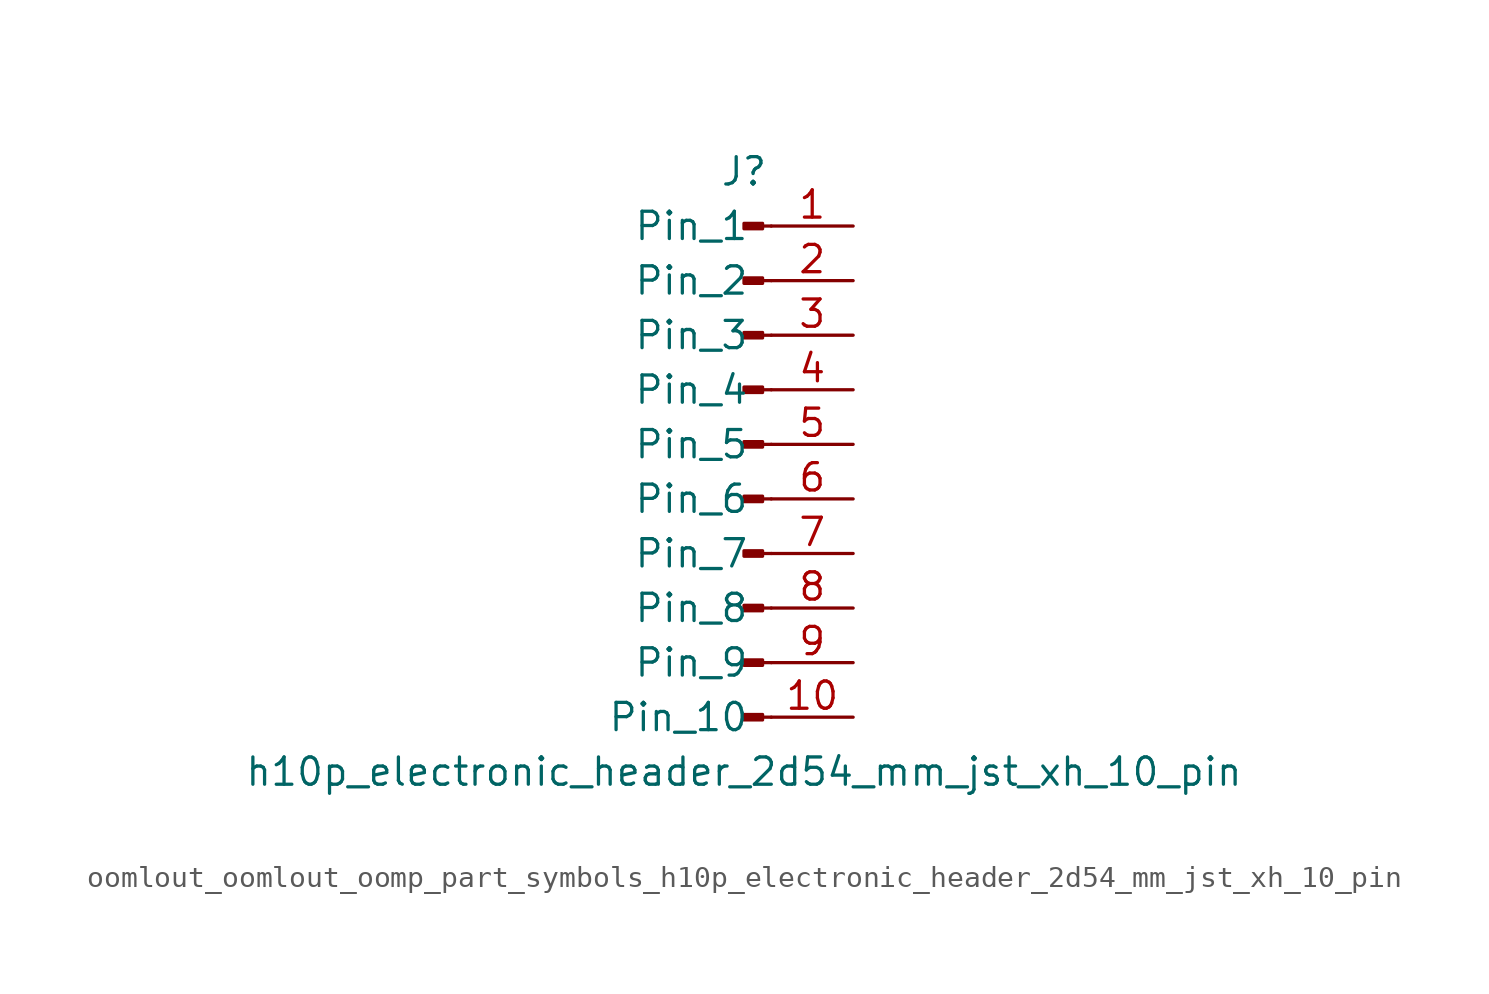
<source format=kicad_sym>
(kicad_symbol_lib
  (version 20220914)
  (generator kicad_symbol_editor)
  (symbol "oomlout_oomlout_oomp_part_symbols_h10p_electronic_header_2d54_mm_jst_xh_10_pin"
    (pin_names
      (offset 1.016))
    (property "Reference" "J"
      (at 0 12.7 0)
      (effects (font (size 1.27 1.27))))
    (property "Value" "h10p_electronic_header_2d54_mm_jst_xh_10_pin"
      (at 0 -15.24 0)
      (effects (font (size 1.27 1.27))))
    (property "ki_locked" ""
      (at 0 0 0)
      (effects (font (size 1.27 1.27))))
    (symbol "oomlout_oomlout_oomp_part_symbols_h10p_electronic_header_2d54_mm_jst_xh_10_pin_1_1"
      (polyline (pts (xy 1.27 -12.7) (xy 0.864 -12.7)) (stroke (width 0.152) (type default)) (fill (type none)))
      (polyline (pts (xy 1.27 -10.16) (xy 0.864 -10.16)) (stroke (width 0.152) (type default)) (fill (type none)))
      (polyline (pts (xy 1.27 -7.62) (xy 0.864 -7.62)) (stroke (width 0.152) (type default)) (fill (type none)))
      (polyline (pts (xy 1.27 -5.08) (xy 0.864 -5.08)) (stroke (width 0.152) (type default)) (fill (type none)))
      (polyline (pts (xy 1.27 -2.54) (xy 0.864 -2.54)) (stroke (width 0.152) (type default)) (fill (type none)))
      (polyline (pts (xy 1.27 0) (xy 0.864 0)) (stroke (width 0.152) (type default)) (fill (type none)))
      (polyline (pts (xy 1.27 2.54) (xy 0.864 2.54)) (stroke (width 0.152) (type default)) (fill (type none)))
      (polyline (pts (xy 1.27 5.08) (xy 0.864 5.08)) (stroke (width 0.152) (type default)) (fill (type none)))
      (polyline (pts (xy 1.27 7.62) (xy 0.864 7.62)) (stroke (width 0.152) (type default)) (fill (type none)))
      (polyline (pts (xy 1.27 10.16) (xy 0.864 10.16)) (stroke (width 0.152) (type default)) (fill (type none)))
      (rectangle (start 0.864 -12.573) (end 0 -12.827) (stroke (width 0.152) (type default)) (fill (type outline)))
      (rectangle (start 0.864 -10.033) (end 0 -10.287) (stroke (width 0.152) (type default)) (fill (type outline)))
      (rectangle (start 0.864 -7.493) (end 0 -7.747) (stroke (width 0.152) (type default)) (fill (type outline)))
      (rectangle (start 0.864 -4.953) (end 0 -5.207) (stroke (width 0.152) (type default)) (fill (type outline)))
      (rectangle (start 0.864 -2.413) (end 0 -2.667) (stroke (width 0.152) (type default)) (fill (type outline)))
      (rectangle (start 0.864 0.127) (end 0 -0.127) (stroke (width 0.152) (type default)) (fill (type outline)))
      (rectangle (start 0.864 2.667) (end 0 2.413) (stroke (width 0.152) (type default)) (fill (type outline)))
      (rectangle (start 0.864 5.207) (end 0 4.953) (stroke (width 0.152) (type default)) (fill (type outline)))
      (rectangle (start 0.864 7.747) (end 0 7.493) (stroke (width 0.152) (type default)) (fill (type outline)))
      (rectangle (start 0.864 10.287) (end 0 10.033) (stroke (width 0.152) (type default)) (fill (type outline)))
      (pin passive line (at 5.08 10.16 180) (length 3.81) (name "Pin_1" (effects (font (size 1.27 1.27)))) (number "1" (effects (font (size 1.27 1.27)))))
      (pin passive line (at 5.08 -12.7 180) (length 3.81) (name "Pin_10" (effects (font (size 1.27 1.27)))) (number "10" (effects (font (size 1.27 1.27)))))
      (pin passive line (at 5.08 7.62 180) (length 3.81) (name "Pin_2" (effects (font (size 1.27 1.27)))) (number "2" (effects (font (size 1.27 1.27)))))
      (pin passive line (at 5.08 5.08 180) (length 3.81) (name "Pin_3" (effects (font (size 1.27 1.27)))) (number "3" (effects (font (size 1.27 1.27)))))
      (pin passive line (at 5.08 2.54 180) (length 3.81) (name "Pin_4" (effects (font (size 1.27 1.27)))) (number "4" (effects (font (size 1.27 1.27)))))
      (pin passive line (at 5.08 0 180) (length 3.81) (name "Pin_5" (effects (font (size 1.27 1.27)))) (number "5" (effects (font (size 1.27 1.27)))))
      (pin passive line (at 5.08 -2.54 180) (length 3.81) (name "Pin_6" (effects (font (size 1.27 1.27)))) (number "6" (effects (font (size 1.27 1.27)))))
      (pin passive line (at 5.08 -5.08 180) (length 3.81) (name "Pin_7" (effects (font (size 1.27 1.27)))) (number "7" (effects (font (size 1.27 1.27)))))
      (pin passive line (at 5.08 -7.62 180) (length 3.81) (name "Pin_8" (effects (font (size 1.27 1.27)))) (number "8" (effects (font (size 1.27 1.27)))))
      (pin passive line (at 5.08 -10.16 180) (length 3.81) (name "Pin_9" (effects (font (size 1.27 1.27)))) (number "9" (effects (font (size 1.27 1.27))))))))
</source>
